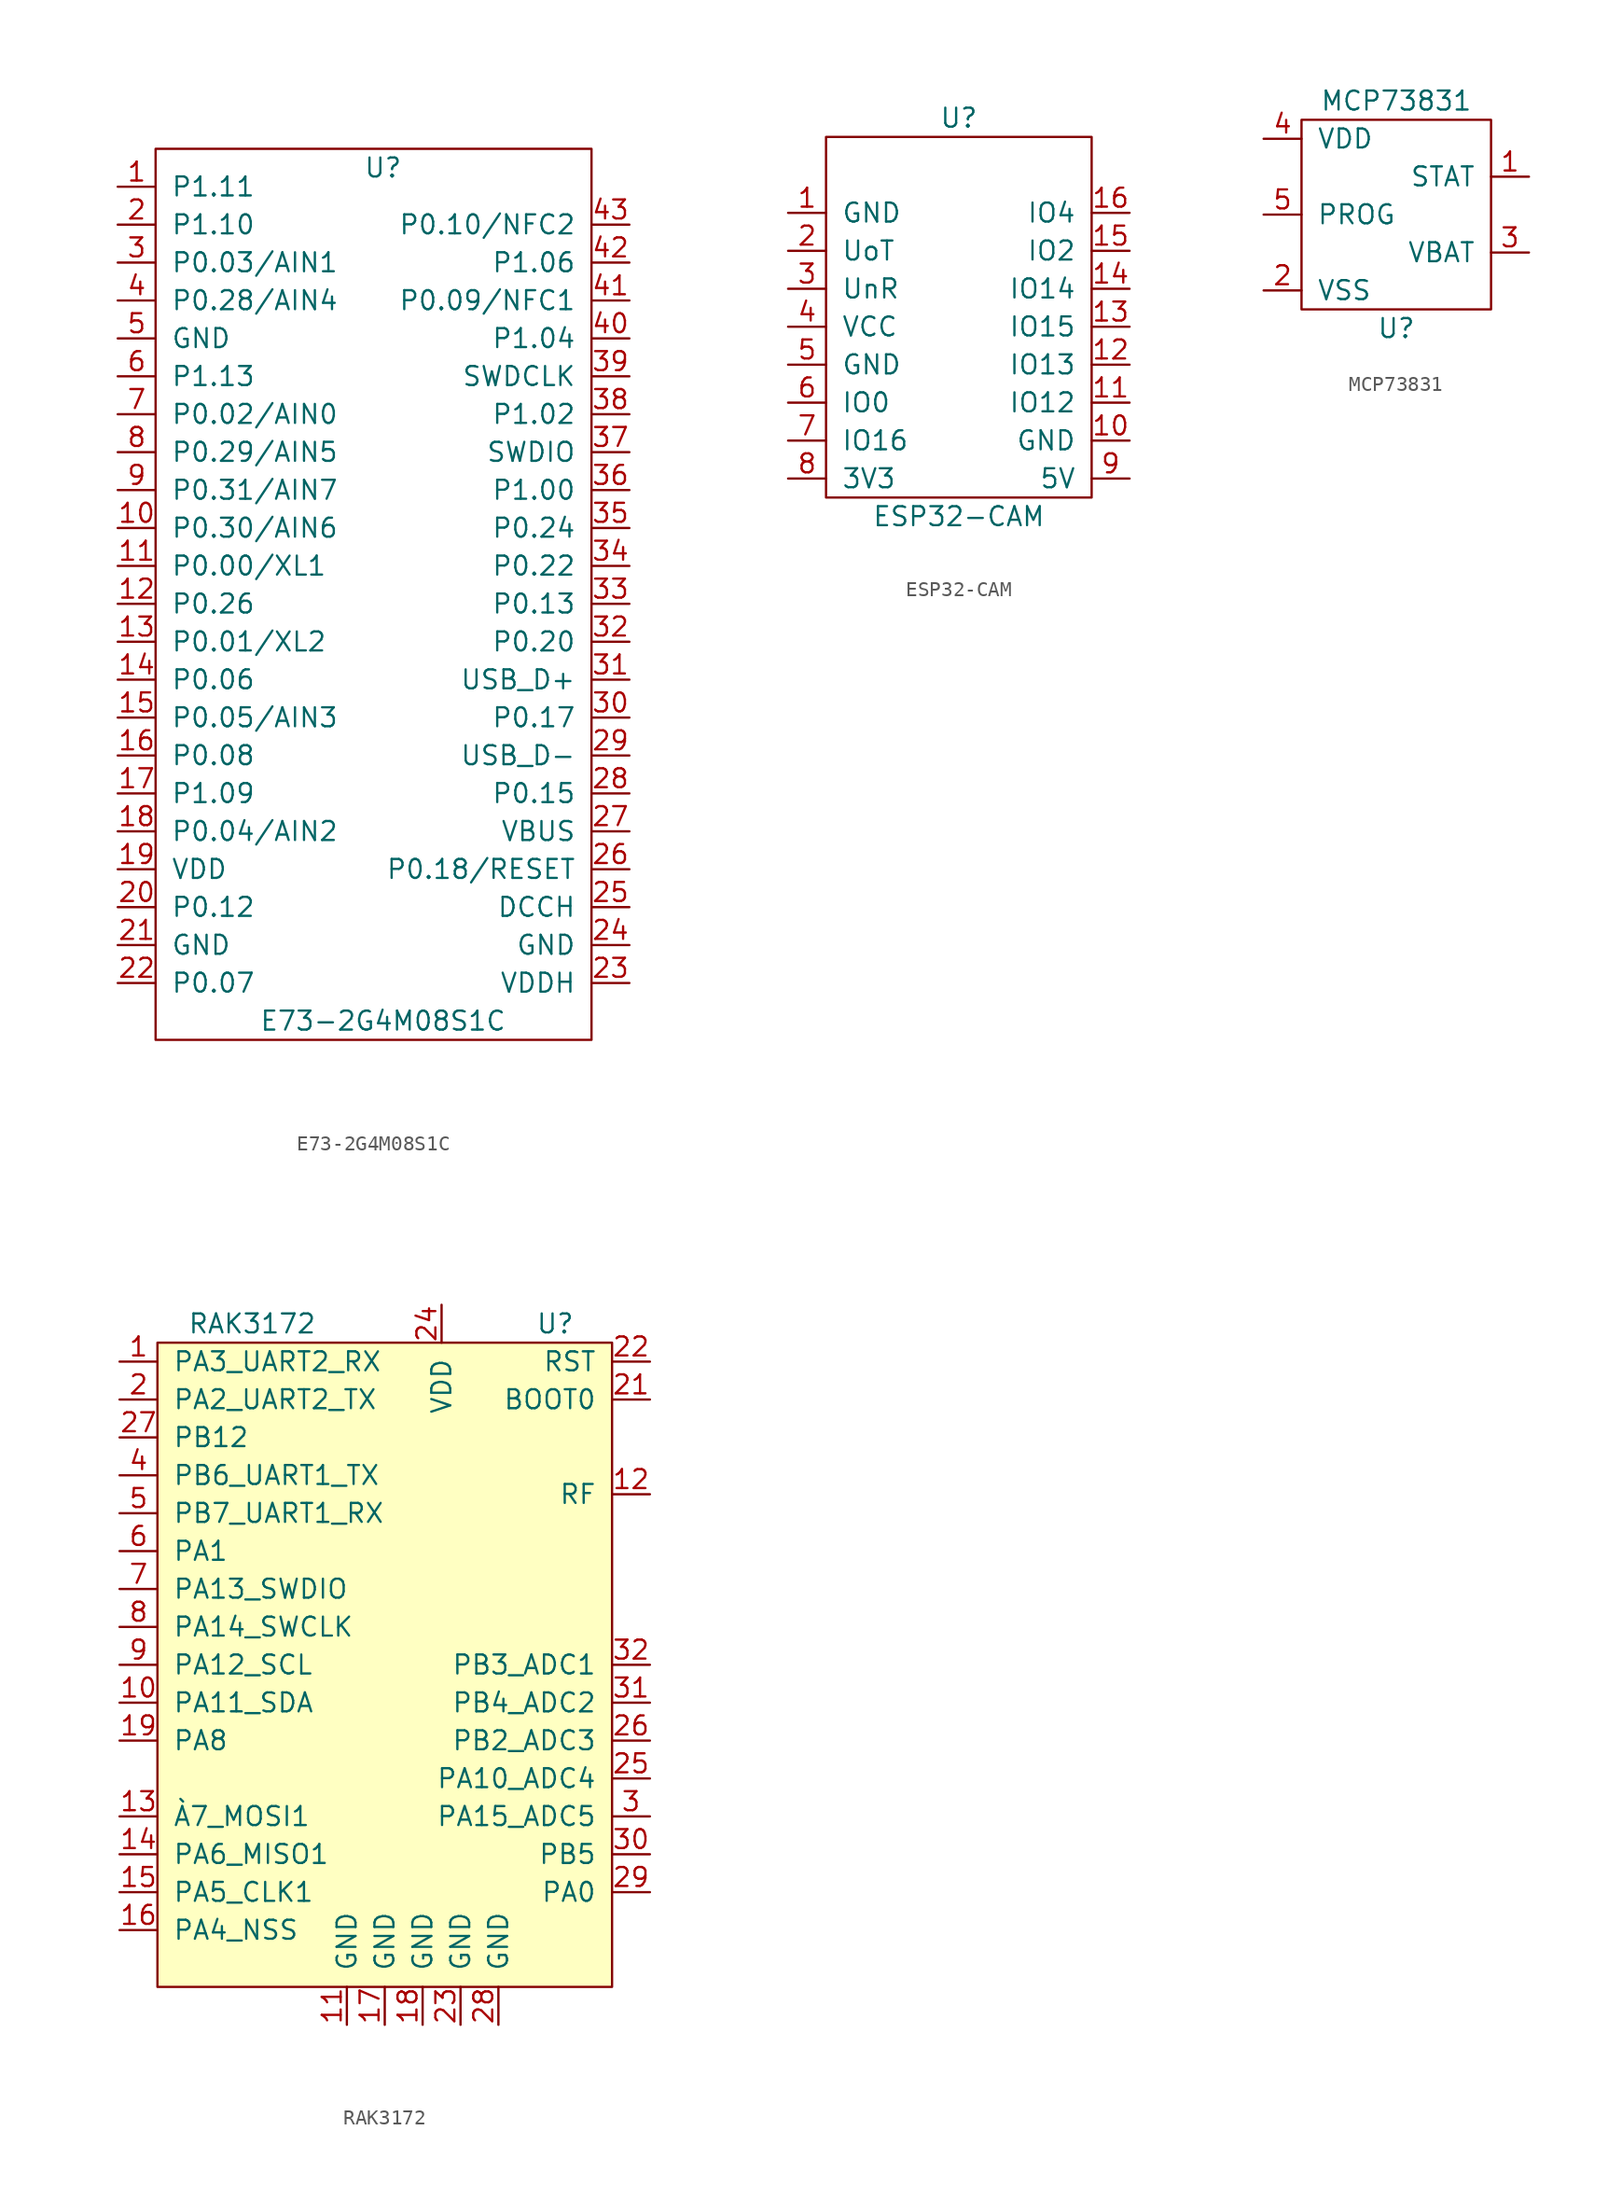
<source format=kicad_sym>
(kicad_symbol_lib
  (version 20211014)
  (generator kicad_symbol_editor)
  (symbol "E73-2G4M08S1C"
    (pin_names
      (offset 1.016))
    (property "Reference" "U"
      (at 0 29.21 0)
      (effects (font (size 1.27 1.27))))
    (property "Value" "E73-2G4M08S1C"
      (at 0 -27.94 0)
      (effects (font (size 1.27 1.27))))
    (symbol "E73-2G4M08S1C_0_1"
      (rectangle (start -15.24 30.48) (end 13.97 -29.21) (stroke (width 0) (type default) (color 0 0 0 0)) (fill (type none))))
    (symbol "E73-2G4M08S1C_1_1"
      (pin input line (at -17.78 27.94 0) (length 2.54) (name "P1.11" (effects (font (size 1.27 1.27)))) (number "1" (effects (font (size 1.27 1.27)))))
      (pin input line (at -17.78 5.08 0) (length 2.54) (name "P0.30/AIN6" (effects (font (size 1.27 1.27)))) (number "10" (effects (font (size 1.27 1.27)))))
      (pin input line (at -17.78 2.54 0) (length 2.54) (name "P0.00/XL1" (effects (font (size 1.27 1.27)))) (number "11" (effects (font (size 1.27 1.27)))))
      (pin input line (at -17.78 0 0) (length 2.54) (name "P0.26" (effects (font (size 1.27 1.27)))) (number "12" (effects (font (size 1.27 1.27)))))
      (pin input line (at -17.78 -2.54 0) (length 2.54) (name "P0.01/XL2" (effects (font (size 1.27 1.27)))) (number "13" (effects (font (size 1.27 1.27)))))
      (pin input line (at -17.78 -5.08 0) (length 2.54) (name "P0.06" (effects (font (size 1.27 1.27)))) (number "14" (effects (font (size 1.27 1.27)))))
      (pin input line (at -17.78 -7.62 0) (length 2.54) (name "P0.05/AIN3" (effects (font (size 1.27 1.27)))) (number "15" (effects (font (size 1.27 1.27)))))
      (pin input line (at -17.78 -10.16 0) (length 2.54) (name "P0.08" (effects (font (size 1.27 1.27)))) (number "16" (effects (font (size 1.27 1.27)))))
      (pin input line (at -17.78 -12.7 0) (length 2.54) (name "P1.09" (effects (font (size 1.27 1.27)))) (number "17" (effects (font (size 1.27 1.27)))))
      (pin input line (at -17.78 -15.24 0) (length 2.54) (name "P0.04/AIN2" (effects (font (size 1.27 1.27)))) (number "18" (effects (font (size 1.27 1.27)))))
      (pin power_in line (at -17.78 -17.78 0) (length 2.54) (name "VDD" (effects (font (size 1.27 1.27)))) (number "19" (effects (font (size 1.27 1.27)))))
      (pin input line (at -17.78 25.4 0) (length 2.54) (name "P1.10" (effects (font (size 1.27 1.27)))) (number "2" (effects (font (size 1.27 1.27)))))
      (pin input line (at -17.78 -20.32 0) (length 2.54) (name "P0.12" (effects (font (size 1.27 1.27)))) (number "20" (effects (font (size 1.27 1.27)))))
      (pin power_in line (at -17.78 -22.86 0) (length 2.54) (name "GND" (effects (font (size 1.27 1.27)))) (number "21" (effects (font (size 1.27 1.27)))))
      (pin input line (at -17.78 -25.4 0) (length 2.54) (name "P0.07" (effects (font (size 1.27 1.27)))) (number "22" (effects (font (size 1.27 1.27)))))
      (pin power_in line (at 16.51 -25.4 180) (length 2.54) (name "VDDH" (effects (font (size 1.27 1.27)))) (number "23" (effects (font (size 1.27 1.27)))))
      (pin power_in line (at 16.51 -22.86 180) (length 2.54) (name "GND" (effects (font (size 1.27 1.27)))) (number "24" (effects (font (size 1.27 1.27)))))
      (pin power_out line (at 16.51 -20.32 180) (length 2.54) (name "DCCH" (effects (font (size 1.27 1.27)))) (number "25" (effects (font (size 1.27 1.27)))))
      (pin input line (at 16.51 -17.78 180) (length 2.54) (name "P0.18/RESET" (effects (font (size 1.27 1.27)))) (number "26" (effects (font (size 1.27 1.27)))))
      (pin power_in line (at 16.51 -15.24 180) (length 2.54) (name "VBUS" (effects (font (size 1.27 1.27)))) (number "27" (effects (font (size 1.27 1.27)))))
      (pin power_in line (at 16.51 -12.7 180) (length 2.54) (name "P0.15" (effects (font (size 1.27 1.27)))) (number "28" (effects (font (size 1.27 1.27)))))
      (pin input line (at 16.51 -10.16 180) (length 2.54) (name "USB_D-" (effects (font (size 1.27 1.27)))) (number "29" (effects (font (size 1.27 1.27)))))
      (pin input line (at -17.78 22.86 0) (length 2.54) (name "P0.03/AIN1" (effects (font (size 1.27 1.27)))) (number "3" (effects (font (size 1.27 1.27)))))
      (pin input line (at 16.51 -7.62 180) (length 2.54) (name "P0.17" (effects (font (size 1.27 1.27)))) (number "30" (effects (font (size 1.27 1.27)))))
      (pin input line (at 16.51 -5.08 180) (length 2.54) (name "USB_D+" (effects (font (size 1.27 1.27)))) (number "31" (effects (font (size 1.27 1.27)))))
      (pin input line (at 16.51 -2.54 180) (length 2.54) (name "P0.20" (effects (font (size 1.27 1.27)))) (number "32" (effects (font (size 1.27 1.27)))))
      (pin input line (at 16.51 0 180) (length 2.54) (name "P0.13" (effects (font (size 1.27 1.27)))) (number "33" (effects (font (size 1.27 1.27)))))
      (pin input line (at 16.51 2.54 180) (length 2.54) (name "P0.22" (effects (font (size 1.27 1.27)))) (number "34" (effects (font (size 1.27 1.27)))))
      (pin input line (at 16.51 5.08 180) (length 2.54) (name "P0.24" (effects (font (size 1.27 1.27)))) (number "35" (effects (font (size 1.27 1.27)))))
      (pin input line (at 16.51 7.62 180) (length 2.54) (name "P1.00" (effects (font (size 1.27 1.27)))) (number "36" (effects (font (size 1.27 1.27)))))
      (pin input line (at 16.51 10.16 180) (length 2.54) (name "SWDIO" (effects (font (size 1.27 1.27)))) (number "37" (effects (font (size 1.27 1.27)))))
      (pin input line (at 16.51 12.7 180) (length 2.54) (name "P1.02" (effects (font (size 1.27 1.27)))) (number "38" (effects (font (size 1.27 1.27)))))
      (pin input line (at 16.51 15.24 180) (length 2.54) (name "SWDCLK" (effects (font (size 1.27 1.27)))) (number "39" (effects (font (size 1.27 1.27)))))
      (pin input line (at -17.78 20.32 0) (length 2.54) (name "P0.28/AIN4" (effects (font (size 1.27 1.27)))) (number "4" (effects (font (size 1.27 1.27)))))
      (pin input line (at 16.51 17.78 180) (length 2.54) (name "P1.04" (effects (font (size 1.27 1.27)))) (number "40" (effects (font (size 1.27 1.27)))))
      (pin input line (at 16.51 20.32 180) (length 2.54) (name "P0.09/NFC1" (effects (font (size 1.27 1.27)))) (number "41" (effects (font (size 1.27 1.27)))))
      (pin input line (at 16.51 22.86 180) (length 2.54) (name "P1.06" (effects (font (size 1.27 1.27)))) (number "42" (effects (font (size 1.27 1.27)))))
      (pin input line (at 16.51 25.4 180) (length 2.54) (name "P0.10/NFC2" (effects (font (size 1.27 1.27)))) (number "43" (effects (font (size 1.27 1.27)))))
      (pin power_in line (at -17.78 17.78 0) (length 2.54) (name "GND" (effects (font (size 1.27 1.27)))) (number "5" (effects (font (size 1.27 1.27)))))
      (pin input line (at -17.78 15.24 0) (length 2.54) (name "P1.13" (effects (font (size 1.27 1.27)))) (number "6" (effects (font (size 1.27 1.27)))))
      (pin input line (at -17.78 12.7 0) (length 2.54) (name "P0.02/AIN0" (effects (font (size 1.27 1.27)))) (number "7" (effects (font (size 1.27 1.27)))))
      (pin input line (at -17.78 10.16 0) (length 2.54) (name "P0.29/AIN5" (effects (font (size 1.27 1.27)))) (number "8" (effects (font (size 1.27 1.27)))))
      (pin input line (at -17.78 7.62 0) (length 2.54) (name "P0.31/AIN7" (effects (font (size 1.27 1.27)))) (number "9" (effects (font (size 1.27 1.27)))))))
  (symbol "ESP32-CAM"
    (pin_names
      (offset 1.016))
    (property "Reference" "U"
      (at 0 10.16 0)
      (effects (font (size 1.27 1.27))))
    (property "Value" "ESP32-CAM"
      (at 0 -16.51 0)
      (effects (font (size 1.27 1.27))))
    (symbol "ESP32-CAM_0_1"
      (rectangle (start -8.89 8.89) (end 8.89 -15.24) (stroke (width 0) (type default) (color 0 0 0 0)) (fill (type none))))
    (symbol "ESP32-CAM_1_1"
      (pin input line (at -11.43 3.81 0) (length 2.54) (name "GND" (effects (font (size 1.27 1.27)))) (number "1" (effects (font (size 1.27 1.27)))))
      (pin input line (at 11.43 -11.43 180) (length 2.54) (name "GND" (effects (font (size 1.27 1.27)))) (number "10" (effects (font (size 1.27 1.27)))))
      (pin input line (at 11.43 -8.89 180) (length 2.54) (name "IO12" (effects (font (size 1.27 1.27)))) (number "11" (effects (font (size 1.27 1.27)))))
      (pin input line (at 11.43 -6.35 180) (length 2.54) (name "IO13" (effects (font (size 1.27 1.27)))) (number "12" (effects (font (size 1.27 1.27)))))
      (pin input line (at 11.43 -3.81 180) (length 2.54) (name "IO15" (effects (font (size 1.27 1.27)))) (number "13" (effects (font (size 1.27 1.27)))))
      (pin input line (at 11.43 -1.27 180) (length 2.54) (name "IO14" (effects (font (size 1.27 1.27)))) (number "14" (effects (font (size 1.27 1.27)))))
      (pin input line (at 11.43 1.27 180) (length 2.54) (name "IO2" (effects (font (size 1.27 1.27)))) (number "15" (effects (font (size 1.27 1.27)))))
      (pin input line (at 11.43 3.81 180) (length 2.54) (name "IO4" (effects (font (size 1.27 1.27)))) (number "16" (effects (font (size 1.27 1.27)))))
      (pin input line (at -11.43 1.27 0) (length 2.54) (name "UoT" (effects (font (size 1.27 1.27)))) (number "2" (effects (font (size 1.27 1.27)))))
      (pin input line (at -11.43 -1.27 0) (length 2.54) (name "UnR" (effects (font (size 1.27 1.27)))) (number "3" (effects (font (size 1.27 1.27)))))
      (pin input line (at -11.43 -3.81 0) (length 2.54) (name "VCC" (effects (font (size 1.27 1.27)))) (number "4" (effects (font (size 1.27 1.27)))))
      (pin input line (at -11.43 -6.35 0) (length 2.54) (name "GND" (effects (font (size 1.27 1.27)))) (number "5" (effects (font (size 1.27 1.27)))))
      (pin input line (at -11.43 -8.89 0) (length 2.54) (name "IO0" (effects (font (size 1.27 1.27)))) (number "6" (effects (font (size 1.27 1.27)))))
      (pin input line (at -11.43 -11.43 0) (length 2.54) (name "IO16" (effects (font (size 1.27 1.27)))) (number "7" (effects (font (size 1.27 1.27)))))
      (pin input line (at -11.43 -13.97 0) (length 2.54) (name "3V3" (effects (font (size 1.27 1.27)))) (number "8" (effects (font (size 1.27 1.27)))))
      (pin input line (at 11.43 -13.97 180) (length 2.54) (name "5V" (effects (font (size 1.27 1.27)))) (number "9" (effects (font (size 1.27 1.27)))))))
  (symbol "MCP73831"
    (pin_names
      (offset 1.016))
    (property "Reference" "U"
      (at 0 -7.62 0)
      (effects (font (size 1.27 1.27))))
    (property "Value" "MCP73831"
      (at 0 7.62 0)
      (effects (font (size 1.27 1.27))))
    (symbol "MCP73831_0_1"
      (rectangle (start -6.35 6.35) (end 6.35 -6.35) (stroke (width 0) (type default) (color 0 0 0 0)) (fill (type none))))
    (symbol "MCP73831_1_1"
      (pin input line (at 8.89 2.54 180) (length 2.54) (name "STAT" (effects (font (size 1.27 1.27)))) (number "1" (effects (font (size 1.27 1.27)))))
      (pin output line (at -8.89 -5.08 0) (length 2.54) (name "VSS" (effects (font (size 1.27 1.27)))) (number "2" (effects (font (size 1.27 1.27)))))
      (pin output line (at 8.89 -2.54 180) (length 2.54) (name "VBAT" (effects (font (size 1.27 1.27)))) (number "3" (effects (font (size 1.27 1.27)))))
      (pin input line (at -8.89 5.08 0) (length 2.54) (name "VDD" (effects (font (size 1.27 1.27)))) (number "4" (effects (font (size 1.27 1.27)))))
      (pin input line (at -8.89 0 0) (length 2.54) (name "PROG" (effects (font (size 1.27 1.27)))) (number "5" (effects (font (size 1.27 1.27)))))))
  (symbol "RAK3172"
    (pin_names
      (offset 1.016))
    (property "Reference" "U"
      (at 10.16 6.35 0)
      (effects (font (size 1.27 1.27))))
    (property "Value" "RAK3172"
      (at -10.16 6.35 0)
      (effects (font (size 1.27 1.27))))
    (symbol "RAK3172_0_1"
      (rectangle (start -16.51 5.08) (end 13.97 -38.1) (stroke (width 0) (type default) (color 0 0 0 0)) (fill (type background))))
    (symbol "RAK3172_1_1"
      (pin input line (at -19.05 3.81 0) (length 2.54) (name "PA3_UART2_RX" (effects (font (size 1.27 1.27)))) (number "1" (effects (font (size 1.27 1.27)))))
      (pin input line (at -19.05 -19.05 0) (length 2.54) (name "PA11_SDA" (effects (font (size 1.27 1.27)))) (number "10" (effects (font (size 1.27 1.27)))))
      (pin input line (at -3.81 -40.64 90) (length 2.54) (name "GND" (effects (font (size 1.27 1.27)))) (number "11" (effects (font (size 1.27 1.27)))))
      (pin input line (at 16.51 -5.08 180) (length 2.54) (name "RF" (effects (font (size 1.27 1.27)))) (number "12" (effects (font (size 1.27 1.27)))))
      (pin input line (at -19.05 -26.67 0) (length 2.54) (name "À7_MOSI1" (effects (font (size 1.27 1.27)))) (number "13" (effects (font (size 1.27 1.27)))))
      (pin input line (at -19.05 -29.21 0) (length 2.54) (name "PA6_MISO1" (effects (font (size 1.27 1.27)))) (number "14" (effects (font (size 1.27 1.27)))))
      (pin input line (at -19.05 -31.75 0) (length 2.54) (name "PA5_CLK1" (effects (font (size 1.27 1.27)))) (number "15" (effects (font (size 1.27 1.27)))))
      (pin input line (at -19.05 -34.29 0) (length 2.54) (name "PA4_NSS" (effects (font (size 1.27 1.27)))) (number "16" (effects (font (size 1.27 1.27)))))
      (pin input line (at -1.27 -40.64 90) (length 2.54) (name "GND" (effects (font (size 1.27 1.27)))) (number "17" (effects (font (size 1.27 1.27)))))
      (pin input line (at 1.27 -40.64 90) (length 2.54) (name "GND" (effects (font (size 1.27 1.27)))) (number "18" (effects (font (size 1.27 1.27)))))
      (pin input line (at -19.05 -21.59 0) (length 2.54) (name "PA8" (effects (font (size 1.27 1.27)))) (number "19" (effects (font (size 1.27 1.27)))))
      (pin input line (at -19.05 1.27 0) (length 2.54) (name "PA2_UART2_TX" (effects (font (size 1.27 1.27)))) (number "2" (effects (font (size 1.27 1.27)))))
      (pin input line (at 16.51 1.27 180) (length 2.54) (name "BOOT0" (effects (font (size 1.27 1.27)))) (number "21" (effects (font (size 1.27 1.27)))))
      (pin input line (at 16.51 3.81 180) (length 2.54) (name "RST" (effects (font (size 1.27 1.27)))) (number "22" (effects (font (size 1.27 1.27)))))
      (pin input line (at 3.81 -40.64 90) (length 2.54) (name "GND" (effects (font (size 1.27 1.27)))) (number "23" (effects (font (size 1.27 1.27)))))
      (pin input line (at 2.54 7.62 270) (length 2.54) (name "VDD" (effects (font (size 1.27 1.27)))) (number "24" (effects (font (size 1.27 1.27)))))
      (pin input line (at 16.51 -24.13 180) (length 2.54) (name "PA10_ADC4" (effects (font (size 1.27 1.27)))) (number "25" (effects (font (size 1.27 1.27)))))
      (pin input line (at 16.51 -21.59 180) (length 2.54) (name "PB2_ADC3" (effects (font (size 1.27 1.27)))) (number "26" (effects (font (size 1.27 1.27)))))
      (pin input line (at -19.05 -1.27 0) (length 2.54) (name "PB12" (effects (font (size 1.27 1.27)))) (number "27" (effects (font (size 1.27 1.27)))))
      (pin input line (at 6.35 -40.64 90) (length 2.54) (name "GND" (effects (font (size 1.27 1.27)))) (number "28" (effects (font (size 1.27 1.27)))))
      (pin input line (at 16.51 -31.75 180) (length 2.54) (name "PA0" (effects (font (size 1.27 1.27)))) (number "29" (effects (font (size 1.27 1.27)))))
      (pin input line (at 16.51 -26.67 180) (length 2.54) (name "PA15_ADC5" (effects (font (size 1.27 1.27)))) (number "3" (effects (font (size 1.27 1.27)))))
      (pin input line (at 16.51 -29.21 180) (length 2.54) (name "PB5" (effects (font (size 1.27 1.27)))) (number "30" (effects (font (size 1.27 1.27)))))
      (pin input line (at 16.51 -19.05 180) (length 2.54) (name "PB4_ADC2" (effects (font (size 1.27 1.27)))) (number "31" (effects (font (size 1.27 1.27)))))
      (pin input line (at 16.51 -16.51 180) (length 2.54) (name "PB3_ADC1" (effects (font (size 1.27 1.27)))) (number "32" (effects (font (size 1.27 1.27)))))
      (pin input line (at -19.05 -3.81 0) (length 2.54) (name "PB6_UART1_TX" (effects (font (size 1.27 1.27)))) (number "4" (effects (font (size 1.27 1.27)))))
      (pin input line (at -19.05 -6.35 0) (length 2.54) (name "PB7_UART1_RX" (effects (font (size 1.27 1.27)))) (number "5" (effects (font (size 1.27 1.27)))))
      (pin input line (at -19.05 -8.89 0) (length 2.54) (name "PA1" (effects (font (size 1.27 1.27)))) (number "6" (effects (font (size 1.27 1.27)))))
      (pin input line (at -19.05 -11.43 0) (length 2.54) (name "PA13_SWDIO" (effects (font (size 1.27 1.27)))) (number "7" (effects (font (size 1.27 1.27)))))
      (pin input line (at -19.05 -13.97 0) (length 2.54) (name "PA14_SWCLK" (effects (font (size 1.27 1.27)))) (number "8" (effects (font (size 1.27 1.27)))))
      (pin input line (at -19.05 -16.51 0) (length 2.54) (name "PA12_SCL" (effects (font (size 1.27 1.27)))) (number "9" (effects (font (size 1.27 1.27))))))))
</source>
